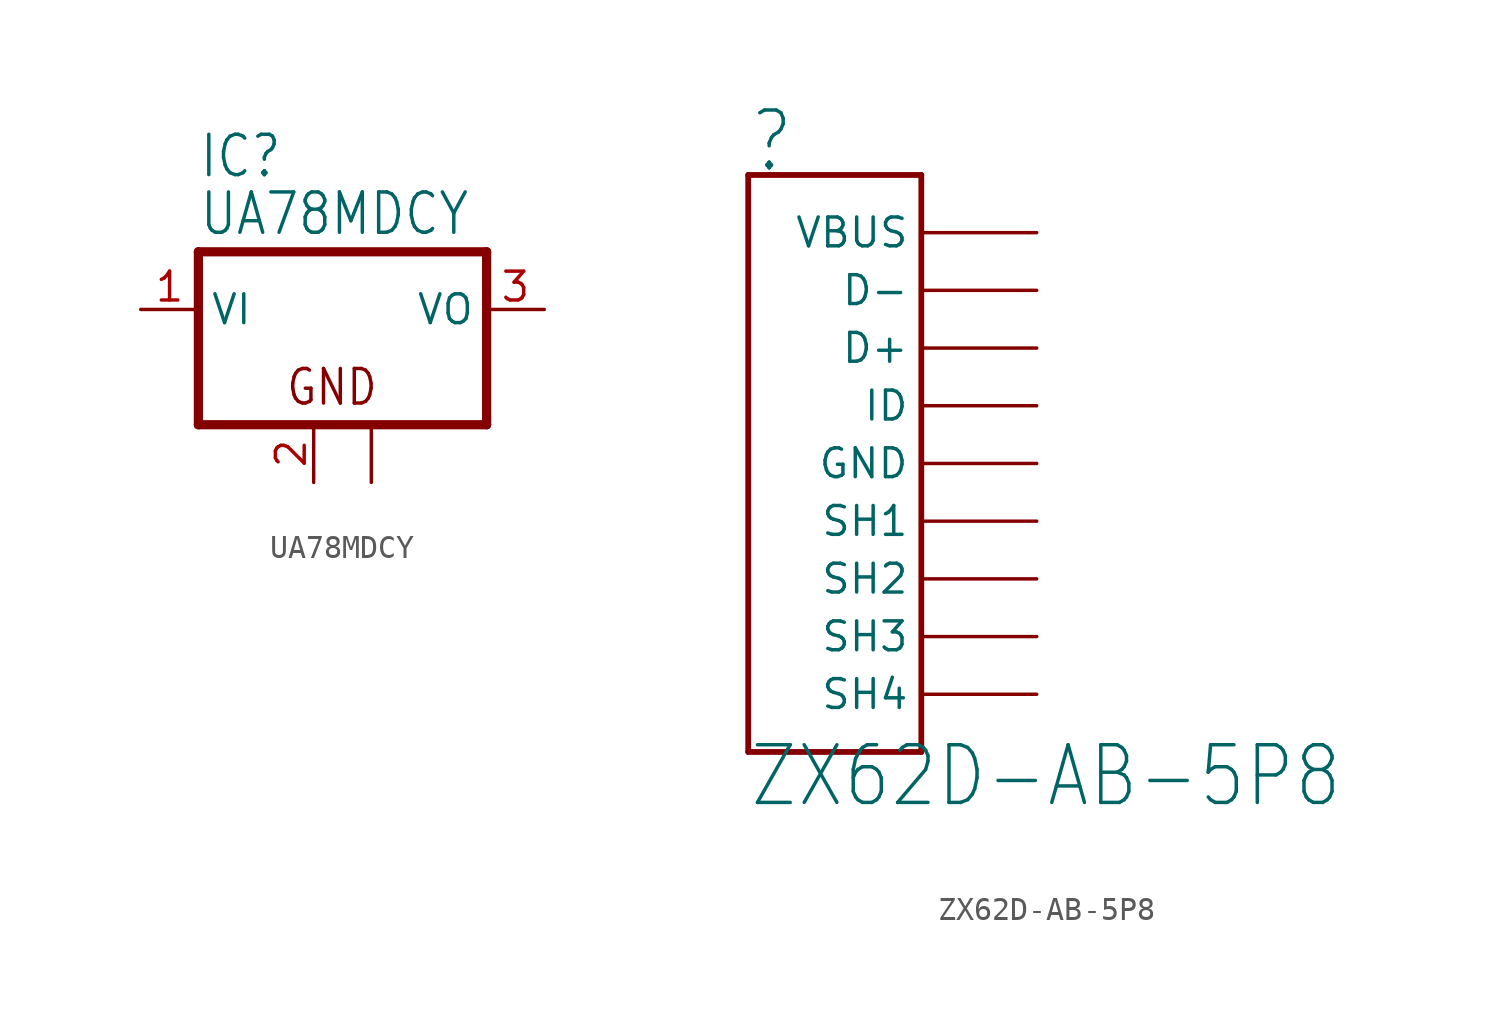
<source format=kicad_sym>
(kicad_symbol_lib
  (version 20211014)
  (generator kicad_symbol_editor)
  (symbol "UA78MDCY"
    (property "Reference" "IC"
      (at -5.08 5.715 0)
      (effects (font (size 1.778 1.511)) (justify left bottom)))
    (property "Value" "UA78MDCY"
      (at -5.08 3.175 0)
      (effects (font (size 1.778 1.511)) (justify left bottom)))
    (property "ki_locked" ""
      (at 0 0 0)
      (effects (font (size 1.27 1.27))))
    (symbol "UA78MDCY_1_0"
      (polyline (pts (xy -5.08 -5.08) (xy 7.62 -5.08)) (stroke (width 0.406) (type default) (color 0 0 0 0)) (fill (type none)))
      (polyline (pts (xy -5.08 2.54) (xy -5.08 -5.08)) (stroke (width 0.406) (type default) (color 0 0 0 0)) (fill (type none)))
      (polyline (pts (xy 7.62 -5.08) (xy 7.62 2.54)) (stroke (width 0.406) (type default) (color 0 0 0 0)) (fill (type none)))
      (polyline (pts (xy 7.62 2.54) (xy -5.08 2.54)) (stroke (width 0.406) (type default) (color 0 0 0 0)) (fill (type none)))
      (text "GND" (at -1.27 -4.318 0) (effects (font (size 1.524 1.295)) (justify left bottom)))
      (pin input line (at -7.62 0 0) (length 2.54) (name "VI" (effects (font (size 1.27 1.27)))) (number "1" (effects (font (size 1.27 1.27)))))
      (pin passive line (at 0 -7.62 90) (length 2.54) (name "GND" (effects (font (size 0 0)))) (number "2" (effects (font (size 1.27 1.27)))))
      (pin passive line (at 10.16 0 180) (length 2.54) (name "VO" (effects (font (size 1.27 1.27)))) (number "3" (effects (font (size 1.27 1.27)))))
      (pin passive line (at 2.54 -7.62 90) (length 2.54) (name "GND@1" (effects (font (size 0 0)))) (number "4" (effects (font (size 0 0)))))))
  (symbol "ZX62D-AB-5P8"
    (property "Reference" ""
      (at -5.08 12.7 0)
      (effects (font (size 2.54 2.159)) (justify left bottom)))
    (property "Value" "ZX62D-AB-5P8"
      (at -5.08 -15.24 0)
      (effects (font (size 2.54 2.159)) (justify left bottom)))
    (property "ki_locked" ""
      (at 0 0 0)
      (effects (font (size 1.27 1.27))))
    (symbol "ZX62D-AB-5P8_1_0"
      (polyline (pts (xy -5.08 -12.7) (xy -5.08 12.7)) (stroke (width 0.254) (type default) (color 0 0 0 0)) (fill (type none)))
      (polyline (pts (xy -5.08 12.7) (xy 2.54 12.7)) (stroke (width 0.254) (type default) (color 0 0 0 0)) (fill (type none)))
      (polyline (pts (xy 2.54 -12.7) (xy -5.08 -12.7)) (stroke (width 0.254) (type default) (color 0 0 0 0)) (fill (type none)))
      (polyline (pts (xy 2.54 12.7) (xy 2.54 -12.7)) (stroke (width 0.254) (type default) (color 0 0 0 0)) (fill (type none)))
      (pin bidirectional line (at 7.62 10.16 180) (length 5.08) (name "VBUS" (effects (font (size 1.27 1.27)))) (number "P$1" (effects (font (size 0 0)))))
      (pin bidirectional line (at 7.62 7.62 180) (length 5.08) (name "D-" (effects (font (size 1.27 1.27)))) (number "P$2" (effects (font (size 0 0)))))
      (pin bidirectional line (at 7.62 5.08 180) (length 5.08) (name "D+" (effects (font (size 1.27 1.27)))) (number "P$3" (effects (font (size 0 0)))))
      (pin bidirectional line (at 7.62 2.54 180) (length 5.08) (name "ID" (effects (font (size 1.27 1.27)))) (number "P$4" (effects (font (size 0 0)))))
      (pin power_in line (at 7.62 0 180) (length 5.08) (name "GND" (effects (font (size 1.27 1.27)))) (number "P$5" (effects (font (size 0 0)))))
      (pin power_in line (at 7.62 -2.54 180) (length 5.08) (name "SH1" (effects (font (size 1.27 1.27)))) (number "SH1" (effects (font (size 0 0)))))
      (pin power_in line (at 7.62 -5.08 180) (length 5.08) (name "SH2" (effects (font (size 1.27 1.27)))) (number "SH2" (effects (font (size 0 0)))))
      (pin power_in line (at 7.62 -7.62 180) (length 5.08) (name "SH3" (effects (font (size 1.27 1.27)))) (number "SH3" (effects (font (size 0 0)))))
      (pin power_in line (at 7.62 -10.16 180) (length 5.08) (name "SH4" (effects (font (size 1.27 1.27)))) (number "SH4" (effects (font (size 0 0))))))))
</source>
